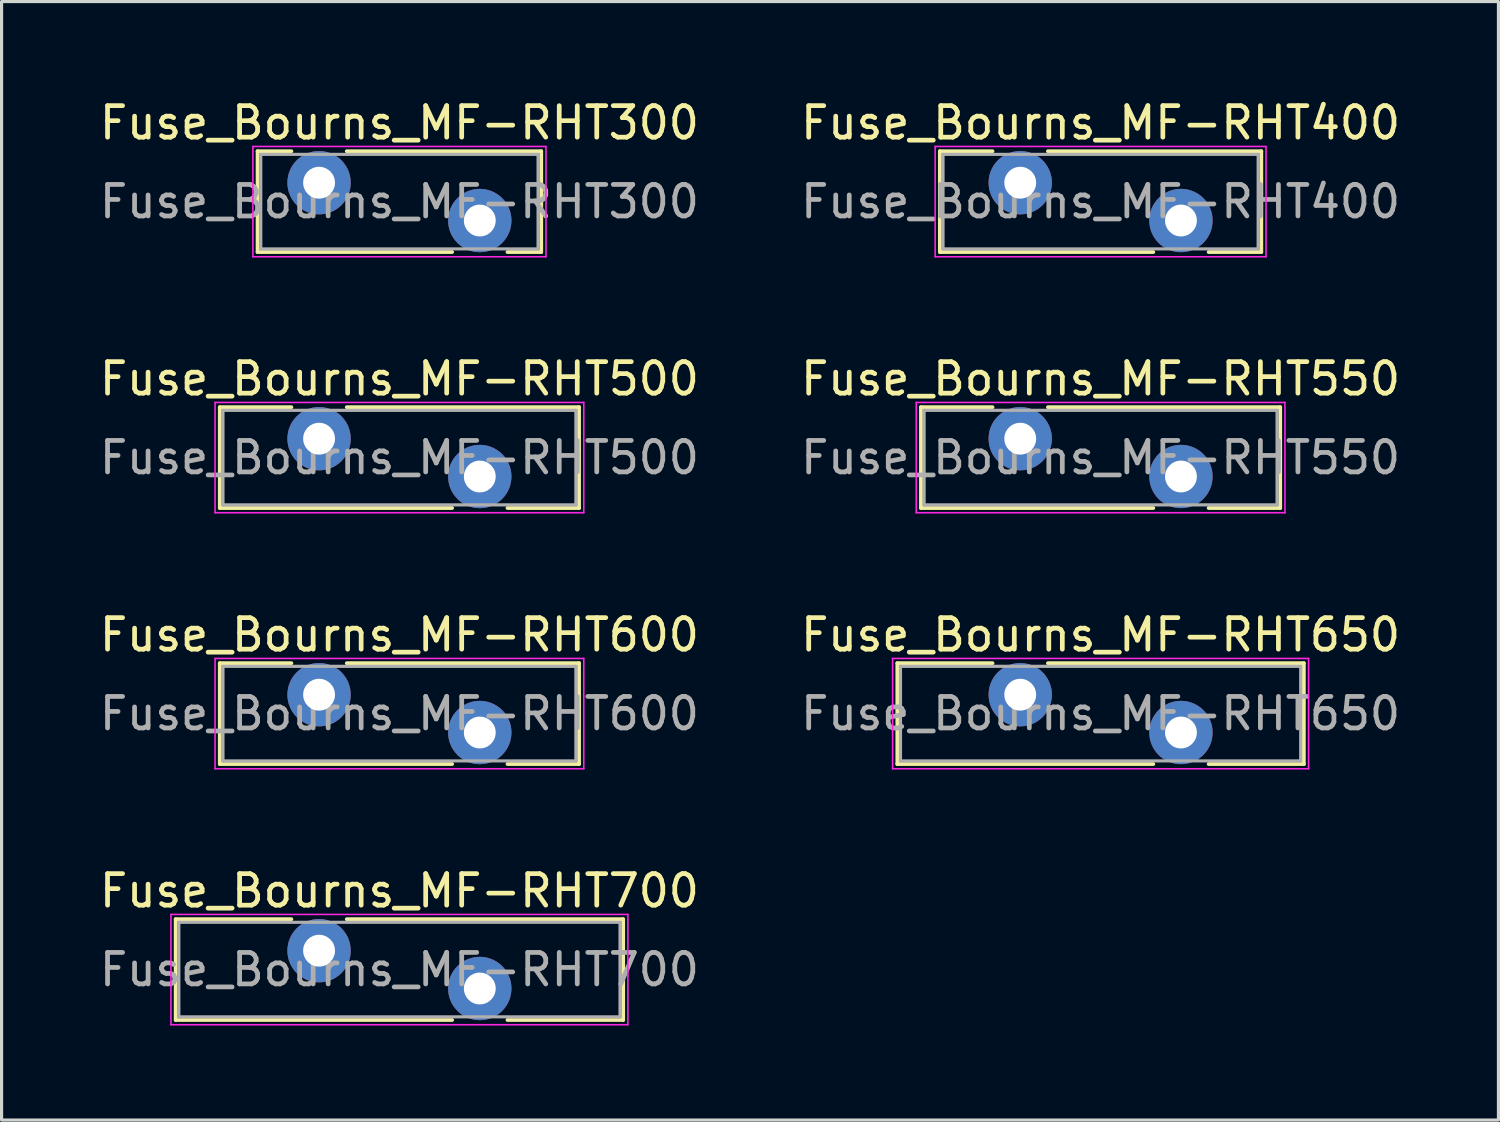
<source format=kicad_pcb>
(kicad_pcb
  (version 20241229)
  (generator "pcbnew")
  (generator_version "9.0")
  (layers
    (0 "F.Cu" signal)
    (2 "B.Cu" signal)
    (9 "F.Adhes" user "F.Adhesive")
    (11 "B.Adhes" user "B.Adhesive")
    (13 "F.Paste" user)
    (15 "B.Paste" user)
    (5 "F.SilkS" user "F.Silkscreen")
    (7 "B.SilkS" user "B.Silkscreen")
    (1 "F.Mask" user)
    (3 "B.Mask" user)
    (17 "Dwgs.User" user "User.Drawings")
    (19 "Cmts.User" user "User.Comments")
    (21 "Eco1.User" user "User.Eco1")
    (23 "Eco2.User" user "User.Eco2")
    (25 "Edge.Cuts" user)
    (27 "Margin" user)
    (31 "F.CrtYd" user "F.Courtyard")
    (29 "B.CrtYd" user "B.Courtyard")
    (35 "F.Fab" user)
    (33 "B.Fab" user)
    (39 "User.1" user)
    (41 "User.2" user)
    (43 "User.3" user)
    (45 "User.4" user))
  (footprint "Fuse_Bourns_MF-RHT400"
    (layer "F.Cu")
    (at 29.325 2.748)
    (property "Reference" "Fuse_Bourns_MF-RHT400" (at 2.55 -1.9 0) (layer "F.SilkS") (effects (font (size 1 1) (thickness 0.15))))
    (attr through_hole)
    (fp_line (start -2.55 -1) (end -2.55 2.2) (stroke (width 0.12) (type solid)) (layer "F.SilkS"))
    (fp_line (start -2.55 -1) (end -0.879 -1) (stroke (width 0.12) (type solid)) (layer "F.SilkS"))
    (fp_line (start -2.55 2.2) (end 4.222 2.2) (stroke (width 0.12) (type solid)) (layer "F.SilkS"))
    (fp_line (start 0.879 -1) (end 7.65 -1) (stroke (width 0.12) (type solid)) (layer "F.SilkS"))
    (fp_line (start 5.979 2.2) (end 7.65 2.2) (stroke (width 0.12) (type solid)) (layer "F.SilkS"))
    (fp_line (start 7.65 -1) (end 7.65 2.2) (stroke (width 0.12) (type solid)) (layer "F.SilkS"))
    (fp_line (start -2.7 -1.15) (end -2.7 2.35) (stroke (width 0.05) (type solid)) (layer "F.CrtYd"))
    (fp_line (start -2.7 2.35) (end 7.8 2.35) (stroke (width 0.05) (type solid)) (layer "F.CrtYd"))
    (fp_line (start 7.8 -1.15) (end -2.7 -1.15) (stroke (width 0.05) (type solid)) (layer "F.CrtYd"))
    (fp_line (start 7.8 2.35) (end 7.8 -1.15) (stroke (width 0.05) (type solid)) (layer "F.CrtYd"))
    (fp_line (start -2.45 -0.9) (end -2.45 2.1) (stroke (width 0.1) (type solid)) (layer "F.Fab"))
    (fp_line (start -2.45 2.1) (end 7.55 2.1) (stroke (width 0.1) (type solid)) (layer "F.Fab"))
    (fp_line (start 7.55 -0.9) (end -2.45 -0.9) (stroke (width 0.1) (type solid)) (layer "F.Fab"))
    (fp_line (start 7.55 2.1) (end 7.55 -0.9) (stroke (width 0.1) (type solid)) (layer "F.Fab"))
    (fp_text user "${REFERENCE}" (at 2.55 0.6 0) (layer "F.Fab") (effects (font (size 1 1) (thickness 0.15))))
    (pad "1" thru_hole circle (at 0 0) (size 2.01 2.01) (drill 1.01) (layers "*.Cu" "*.Mask"))
    (pad "2" thru_hole circle (at 5.1 1.2) (size 2.01 2.01) (drill 1.01) (layers "*.Cu" "*.Mask")))
  (footprint "Fuse_Bourns_MF-RHT700"
    (layer "F.Cu")
    (at 7.075 27.118)
    (property "Reference" "Fuse_Bourns_MF-RHT700" (at 2.55 -1.9 0) (layer "F.SilkS") (effects (font (size 1 1) (thickness 0.15))))
    (attr through_hole)
    (fp_line (start -4.55 -1) (end -4.55 2.2) (stroke (width 0.12) (type solid)) (layer "F.SilkS"))
    (fp_line (start -4.55 -1) (end -0.879 -1) (stroke (width 0.12) (type solid)) (layer "F.SilkS"))
    (fp_line (start -4.55 2.2) (end 4.222 2.2) (stroke (width 0.12) (type solid)) (layer "F.SilkS"))
    (fp_line (start 0.879 -1) (end 9.65 -1) (stroke (width 0.12) (type solid)) (layer "F.SilkS"))
    (fp_line (start 5.979 2.2) (end 9.65 2.2) (stroke (width 0.12) (type solid)) (layer "F.SilkS"))
    (fp_line (start 9.65 -1) (end 9.65 2.2) (stroke (width 0.12) (type solid)) (layer "F.SilkS"))
    (fp_line (start -4.7 -1.15) (end -4.7 2.35) (stroke (width 0.05) (type solid)) (layer "F.CrtYd"))
    (fp_line (start -4.7 2.35) (end 9.8 2.35) (stroke (width 0.05) (type solid)) (layer "F.CrtYd"))
    (fp_line (start 9.8 -1.15) (end -4.7 -1.15) (stroke (width 0.05) (type solid)) (layer "F.CrtYd"))
    (fp_line (start 9.8 2.35) (end 9.8 -1.15) (stroke (width 0.05) (type solid)) (layer "F.CrtYd"))
    (fp_line (start -4.45 -0.9) (end -4.45 2.1) (stroke (width 0.1) (type solid)) (layer "F.Fab"))
    (fp_line (start -4.45 2.1) (end 9.55 2.1) (stroke (width 0.1) (type solid)) (layer "F.Fab"))
    (fp_line (start 9.55 -0.9) (end -4.45 -0.9) (stroke (width 0.1) (type solid)) (layer "F.Fab"))
    (fp_line (start 9.55 2.1) (end 9.55 -0.9) (stroke (width 0.1) (type solid)) (layer "F.Fab"))
    (fp_text user "${REFERENCE}" (at 2.55 0.6 0) (layer "F.Fab") (effects (font (size 1 1) (thickness 0.15))))
    (pad "1" thru_hole circle (at 0 0) (size 2.01 2.01) (drill 1.01) (layers "*.Cu" "*.Mask"))
    (pad "2" thru_hole circle (at 5.1 1.2) (size 2.01 2.01) (drill 1.01) (layers "*.Cu" "*.Mask")))
  (footprint "Fuse_Bourns_MF-RHT500"
    (layer "F.Cu")
    (at 7.075 10.871)
    (property "Reference" "Fuse_Bourns_MF-RHT500" (at 2.55 -1.9 0) (layer "F.SilkS") (effects (font (size 1 1) (thickness 0.15))))
    (attr through_hole)
    (fp_line (start -3.15 -1) (end -3.15 2.2) (stroke (width 0.12) (type solid)) (layer "F.SilkS"))
    (fp_line (start -3.15 -1) (end -0.879 -1) (stroke (width 0.12) (type solid)) (layer "F.SilkS"))
    (fp_line (start -3.15 2.2) (end 4.222 2.2) (stroke (width 0.12) (type solid)) (layer "F.SilkS"))
    (fp_line (start 0.879 -1) (end 8.25 -1) (stroke (width 0.12) (type solid)) (layer "F.SilkS"))
    (fp_line (start 5.979 2.2) (end 8.25 2.2) (stroke (width 0.12) (type solid)) (layer "F.SilkS"))
    (fp_line (start 8.25 -1) (end 8.25 2.2) (stroke (width 0.12) (type solid)) (layer "F.SilkS"))
    (fp_line (start -3.3 -1.15) (end -3.3 2.35) (stroke (width 0.05) (type solid)) (layer "F.CrtYd"))
    (fp_line (start -3.3 2.35) (end 8.4 2.35) (stroke (width 0.05) (type solid)) (layer "F.CrtYd"))
    (fp_line (start 8.4 -1.15) (end -3.3 -1.15) (stroke (width 0.05) (type solid)) (layer "F.CrtYd"))
    (fp_line (start 8.4 2.35) (end 8.4 -1.15) (stroke (width 0.05) (type solid)) (layer "F.CrtYd"))
    (fp_line (start -3.05 -0.9) (end -3.05 2.1) (stroke (width 0.1) (type solid)) (layer "F.Fab"))
    (fp_line (start -3.05 2.1) (end 8.15 2.1) (stroke (width 0.1) (type solid)) (layer "F.Fab"))
    (fp_line (start 8.15 -0.9) (end -3.05 -0.9) (stroke (width 0.1) (type solid)) (layer "F.Fab"))
    (fp_line (start 8.15 2.1) (end 8.15 -0.9) (stroke (width 0.1) (type solid)) (layer "F.Fab"))
    (fp_text user "${REFERENCE}" (at 2.55 0.6 0) (layer "F.Fab") (effects (font (size 1 1) (thickness 0.15))))
    (pad "1" thru_hole circle (at 0 0) (size 2.01 2.01) (drill 1.01) (layers "*.Cu" "*.Mask"))
    (pad "2" thru_hole circle (at 5.1 1.2) (size 2.01 2.01) (drill 1.01) (layers "*.Cu" "*.Mask")))
  (footprint "Fuse_Bourns_MF-RHT550"
    (layer "F.Cu")
    (at 29.325 10.871)
    (property "Reference" "Fuse_Bourns_MF-RHT550" (at 2.55 -1.9 0) (layer "F.SilkS") (effects (font (size 1 1) (thickness 0.15))))
    (attr through_hole)
    (fp_line (start -3.15 -1) (end -3.15 2.2) (stroke (width 0.12) (type solid)) (layer "F.SilkS"))
    (fp_line (start -3.15 -1) (end -0.879 -1) (stroke (width 0.12) (type solid)) (layer "F.SilkS"))
    (fp_line (start -3.15 2.2) (end 4.222 2.2) (stroke (width 0.12) (type solid)) (layer "F.SilkS"))
    (fp_line (start 0.879 -1) (end 8.25 -1) (stroke (width 0.12) (type solid)) (layer "F.SilkS"))
    (fp_line (start 5.979 2.2) (end 8.25 2.2) (stroke (width 0.12) (type solid)) (layer "F.SilkS"))
    (fp_line (start 8.25 -1) (end 8.25 2.2) (stroke (width 0.12) (type solid)) (layer "F.SilkS"))
    (fp_line (start -3.3 -1.15) (end -3.3 2.35) (stroke (width 0.05) (type solid)) (layer "F.CrtYd"))
    (fp_line (start -3.3 2.35) (end 8.4 2.35) (stroke (width 0.05) (type solid)) (layer "F.CrtYd"))
    (fp_line (start 8.4 -1.15) (end -3.3 -1.15) (stroke (width 0.05) (type solid)) (layer "F.CrtYd"))
    (fp_line (start 8.4 2.35) (end 8.4 -1.15) (stroke (width 0.05) (type solid)) (layer "F.CrtYd"))
    (fp_line (start -3.05 -0.9) (end -3.05 2.1) (stroke (width 0.1) (type solid)) (layer "F.Fab"))
    (fp_line (start -3.05 2.1) (end 8.15 2.1) (stroke (width 0.1) (type solid)) (layer "F.Fab"))
    (fp_line (start 8.15 -0.9) (end -3.05 -0.9) (stroke (width 0.1) (type solid)) (layer "F.Fab"))
    (fp_line (start 8.15 2.1) (end 8.15 -0.9) (stroke (width 0.1) (type solid)) (layer "F.Fab"))
    (fp_text user "${REFERENCE}" (at 2.55 0.6 0) (layer "F.Fab") (effects (font (size 1 1) (thickness 0.15))))
    (pad "1" thru_hole circle (at 0 0) (size 2.01 2.01) (drill 1.01) (layers "*.Cu" "*.Mask"))
    (pad "2" thru_hole circle (at 5.1 1.2) (size 2.01 2.01) (drill 1.01) (layers "*.Cu" "*.Mask")))
  (footprint "Fuse_Bourns_MF-RHT600"
    (layer "F.Cu")
    (at 7.075 18.995)
    (property "Reference" "Fuse_Bourns_MF-RHT600" (at 2.55 -1.9 0) (layer "F.SilkS") (effects (font (size 1 1) (thickness 0.15))))
    (attr through_hole)
    (fp_line (start -3.15 -1) (end -3.15 2.2) (stroke (width 0.12) (type solid)) (layer "F.SilkS"))
    (fp_line (start -3.15 -1) (end -0.879 -1) (stroke (width 0.12) (type solid)) (layer "F.SilkS"))
    (fp_line (start -3.15 2.2) (end 4.222 2.2) (stroke (width 0.12) (type solid)) (layer "F.SilkS"))
    (fp_line (start 0.879 -1) (end 8.25 -1) (stroke (width 0.12) (type solid)) (layer "F.SilkS"))
    (fp_line (start 5.979 2.2) (end 8.25 2.2) (stroke (width 0.12) (type solid)) (layer "F.SilkS"))
    (fp_line (start 8.25 -1) (end 8.25 2.2) (stroke (width 0.12) (type solid)) (layer "F.SilkS"))
    (fp_line (start -3.3 -1.15) (end -3.3 2.35) (stroke (width 0.05) (type solid)) (layer "F.CrtYd"))
    (fp_line (start -3.3 2.35) (end 8.4 2.35) (stroke (width 0.05) (type solid)) (layer "F.CrtYd"))
    (fp_line (start 8.4 -1.15) (end -3.3 -1.15) (stroke (width 0.05) (type solid)) (layer "F.CrtYd"))
    (fp_line (start 8.4 2.35) (end 8.4 -1.15) (stroke (width 0.05) (type solid)) (layer "F.CrtYd"))
    (fp_line (start -3.05 -0.9) (end -3.05 2.1) (stroke (width 0.1) (type solid)) (layer "F.Fab"))
    (fp_line (start -3.05 2.1) (end 8.15 2.1) (stroke (width 0.1) (type solid)) (layer "F.Fab"))
    (fp_line (start 8.15 -0.9) (end -3.05 -0.9) (stroke (width 0.1) (type solid)) (layer "F.Fab"))
    (fp_line (start 8.15 2.1) (end 8.15 -0.9) (stroke (width 0.1) (type solid)) (layer "F.Fab"))
    (fp_text user "${REFERENCE}" (at 2.55 0.6 0) (layer "F.Fab") (effects (font (size 1 1) (thickness 0.15))))
    (pad "1" thru_hole circle (at 0 0) (size 2.01 2.01) (drill 1.01) (layers "*.Cu" "*.Mask"))
    (pad "2" thru_hole circle (at 5.1 1.2) (size 2.01 2.01) (drill 1.01) (layers "*.Cu" "*.Mask")))
  (footprint "Fuse_Bourns_MF-RHT650"
    (layer "F.Cu")
    (at 29.325 18.995)
    (property "Reference" "Fuse_Bourns_MF-RHT650" (at 2.55 -1.9 0) (layer "F.SilkS") (effects (font (size 1 1) (thickness 0.15))))
    (attr through_hole)
    (fp_line (start -3.9 -1) (end -3.9 2.2) (stroke (width 0.12) (type solid)) (layer "F.SilkS"))
    (fp_line (start -3.9 -1) (end -0.879 -1) (stroke (width 0.12) (type solid)) (layer "F.SilkS"))
    (fp_line (start -3.9 2.2) (end 4.222 2.2) (stroke (width 0.12) (type solid)) (layer "F.SilkS"))
    (fp_line (start 0.879 -1) (end 9 -1) (stroke (width 0.12) (type solid)) (layer "F.SilkS"))
    (fp_line (start 5.979 2.2) (end 9 2.2) (stroke (width 0.12) (type solid)) (layer "F.SilkS"))
    (fp_line (start 9 -1) (end 9 2.2) (stroke (width 0.12) (type solid)) (layer "F.SilkS"))
    (fp_line (start -4.05 -1.15) (end -4.05 2.35) (stroke (width 0.05) (type solid)) (layer "F.CrtYd"))
    (fp_line (start -4.05 2.35) (end 9.15 2.35) (stroke (width 0.05) (type solid)) (layer "F.CrtYd"))
    (fp_line (start 9.15 -1.15) (end -4.05 -1.15) (stroke (width 0.05) (type solid)) (layer "F.CrtYd"))
    (fp_line (start 9.15 2.35) (end 9.15 -1.15) (stroke (width 0.05) (type solid)) (layer "F.CrtYd"))
    (fp_line (start -3.8 -0.9) (end -3.8 2.1) (stroke (width 0.1) (type solid)) (layer "F.Fab"))
    (fp_line (start -3.8 2.1) (end 8.9 2.1) (stroke (width 0.1) (type solid)) (layer "F.Fab"))
    (fp_line (start 8.9 -0.9) (end -3.8 -0.9) (stroke (width 0.1) (type solid)) (layer "F.Fab"))
    (fp_line (start 8.9 2.1) (end 8.9 -0.9) (stroke (width 0.1) (type solid)) (layer "F.Fab"))
    (fp_text user "${REFERENCE}" (at 2.55 0.6 0) (layer "F.Fab") (effects (font (size 1 1) (thickness 0.15))))
    (pad "1" thru_hole circle (at 0 0) (size 2.01 2.01) (drill 1.01) (layers "*.Cu" "*.Mask"))
    (pad "2" thru_hole circle (at 5.1 1.2) (size 2.01 2.01) (drill 1.01) (layers "*.Cu" "*.Mask")))
  (footprint "Fuse_Bourns_MF-RHT300"
    (layer "F.Cu")
    (at 7.075 2.748)
    (property "Reference" "Fuse_Bourns_MF-RHT300" (at 2.55 -1.9 0) (layer "F.SilkS") (effects (font (size 1 1) (thickness 0.15))))
    (attr through_hole)
    (fp_line (start -1.951 -1) (end -1.951 2.2) (stroke (width 0.12) (type solid)) (layer "F.SilkS"))
    (fp_line (start -1.951 -1) (end -0.879 -1) (stroke (width 0.12) (type solid)) (layer "F.SilkS"))
    (fp_line (start -1.951 2.2) (end 4.222 2.2) (stroke (width 0.12) (type solid)) (layer "F.SilkS"))
    (fp_line (start 0.879 -1) (end 7.05 -1) (stroke (width 0.12) (type solid)) (layer "F.SilkS"))
    (fp_line (start 5.979 2.2) (end 7.05 2.2) (stroke (width 0.12) (type solid)) (layer "F.SilkS"))
    (fp_line (start 7.05 -1) (end 7.05 2.2) (stroke (width 0.12) (type solid)) (layer "F.SilkS"))
    (fp_line (start -2.1 -1.15) (end -2.1 2.35) (stroke (width 0.05) (type solid)) (layer "F.CrtYd"))
    (fp_line (start -2.1 2.35) (end 7.2 2.35) (stroke (width 0.05) (type solid)) (layer "F.CrtYd"))
    (fp_line (start 7.2 -1.15) (end -2.1 -1.15) (stroke (width 0.05) (type solid)) (layer "F.CrtYd"))
    (fp_line (start 7.2 2.35) (end 7.2 -1.15) (stroke (width 0.05) (type solid)) (layer "F.CrtYd"))
    (fp_line (start -1.85 -0.9) (end -1.85 2.1) (stroke (width 0.1) (type solid)) (layer "F.Fab"))
    (fp_line (start -1.85 2.1) (end 6.95 2.1) (stroke (width 0.1) (type solid)) (layer "F.Fab"))
    (fp_line (start 6.95 -0.9) (end -1.85 -0.9) (stroke (width 0.1) (type solid)) (layer "F.Fab"))
    (fp_line (start 6.95 2.1) (end 6.95 -0.9) (stroke (width 0.1) (type solid)) (layer "F.Fab"))
    (fp_text user "${REFERENCE}" (at 2.55 0.6 0) (layer "F.Fab") (effects (font (size 1 1) (thickness 0.15))))
    (pad "1" thru_hole circle (at 0 0) (size 2.01 2.01) (drill 1.01) (layers "*.Cu" "*.Mask"))
    (pad "2" thru_hole circle (at 5.1 1.2) (size 2.01 2.01) (drill 1.01) (layers "*.Cu" "*.Mask")))
  (gr_rect
    (start -3 -3)
    (end 44.5 32.493)
    (stroke (width 0.1) (type default))
    (fill no)
    (layer "Edge.Cuts")))
</source>
